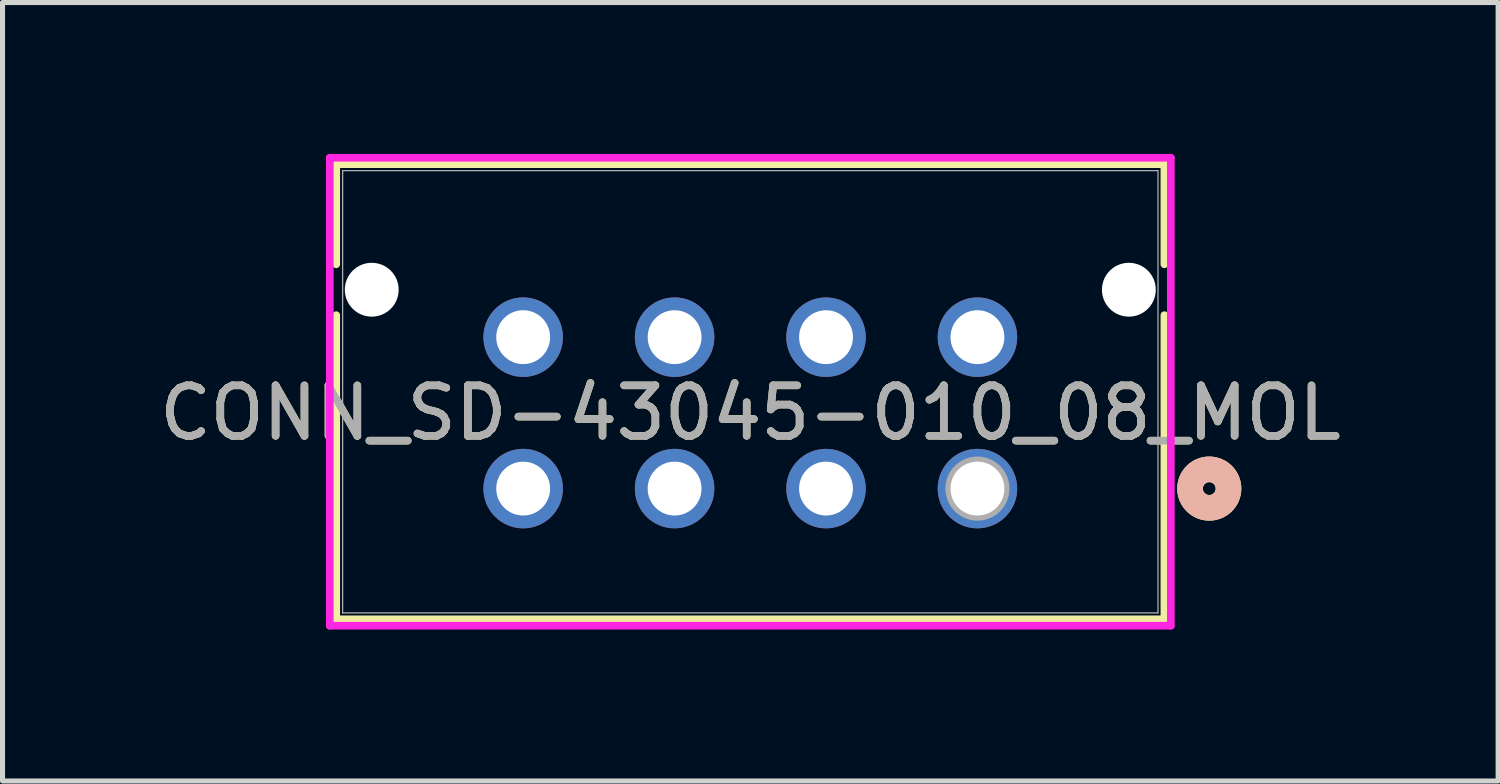
<source format=kicad_pcb>
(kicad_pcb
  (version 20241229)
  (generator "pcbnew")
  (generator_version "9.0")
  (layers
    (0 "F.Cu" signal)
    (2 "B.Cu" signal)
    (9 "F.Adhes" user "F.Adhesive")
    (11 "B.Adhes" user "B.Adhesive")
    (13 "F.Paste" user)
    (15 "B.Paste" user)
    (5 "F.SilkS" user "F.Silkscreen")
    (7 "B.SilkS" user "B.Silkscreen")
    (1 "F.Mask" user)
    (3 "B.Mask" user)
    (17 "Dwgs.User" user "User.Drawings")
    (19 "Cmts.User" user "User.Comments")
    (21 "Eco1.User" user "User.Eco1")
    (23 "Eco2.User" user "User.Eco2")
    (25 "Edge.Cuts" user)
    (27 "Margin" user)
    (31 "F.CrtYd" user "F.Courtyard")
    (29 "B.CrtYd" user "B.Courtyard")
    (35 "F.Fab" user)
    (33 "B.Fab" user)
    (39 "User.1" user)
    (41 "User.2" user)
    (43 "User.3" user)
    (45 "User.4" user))
  (footprint "CONN_SD-43045-010_08_MOL"
    (layer "F.Cu")
    (at 16.315 6.63)
    (property "Reference" "CONN_SD-43045-010_08_MOL" (at -4.5 -1.5 0) (unlocked yes) (layer "F.SilkS") (effects (font (size 1 1) (thickness 0.15))))
    (attr through_hole)
    (fp_line (start -12.704 -6.427) (end -12.704 -4.444) (stroke (width 0.152) (type solid)) (layer "F.SilkS"))
    (fp_line (start -12.704 -3.436) (end -12.704 2.59) (stroke (width 0.152) (type solid)) (layer "F.SilkS"))
    (fp_line (start -12.704 2.59) (end 3.704 2.59) (stroke (width 0.152) (type solid)) (layer "F.SilkS"))
    (fp_line (start 3.704 -6.427) (end -12.704 -6.427) (stroke (width 0.152) (type solid)) (layer "F.SilkS"))
    (fp_line (start 3.704 -4.444) (end 3.704 -6.427) (stroke (width 0.152) (type solid)) (layer "F.SilkS"))
    (fp_line (start 3.704 2.59) (end 3.704 -3.436) (stroke (width 0.152) (type solid)) (layer "F.SilkS"))
    (fp_circle (center 4.593 0) (end 4.974 0) (stroke (width 0.508) (type solid)) (fill no) (layer "F.SilkS"))
    (fp_circle (center 4.593 0) (end 4.974 0) (stroke (width 0.508) (type solid)) (fill no) (layer "B.SilkS"))
    (fp_line (start -12.831 -6.554) (end -12.831 2.717) (stroke (width 0.152) (type solid)) (layer "F.CrtYd"))
    (fp_line (start -12.831 2.717) (end 3.831 2.717) (stroke (width 0.152) (type solid)) (layer "F.CrtYd"))
    (fp_line (start 3.831 -6.554) (end -12.831 -6.554) (stroke (width 0.152) (type solid)) (layer "F.CrtYd"))
    (fp_line (start 3.831 2.717) (end 3.831 -6.554) (stroke (width 0.152) (type solid)) (layer "F.CrtYd"))
    (fp_line (start -12.577 -6.3) (end -12.577 2.463) (stroke (width 0.025) (type solid)) (layer "F.Fab"))
    (fp_line (start -12.577 2.463) (end 3.577 2.463) (stroke (width 0.025) (type solid)) (layer "F.Fab"))
    (fp_line (start 3.577 -6.3) (end -12.577 -6.3) (stroke (width 0.025) (type solid)) (layer "F.Fab"))
    (fp_line (start 3.577 2.463) (end 3.577 -6.3) (stroke (width 0.025) (type solid)) (layer "F.Fab"))
    (fp_circle (center 0 0) (end 0.381 0) (stroke (width 0.508) (type solid)) (fill no) (layer "F.Fab"))
    (fp_text user "${REFERENCE}" (at -4.5 -1.5 0) (unlocked yes) (layer "F.Fab") (effects (font (size 1 1) (thickness 0.15))))
    (pad "" np_thru_hole circle (at -12 -3.94) (size 1.067 1.067) (drill 1.067) (layers "*.Cu" "*.Mask"))
    (pad "" np_thru_hole circle (at 3 -3.94) (size 1.067 1.067) (drill 1.067) (layers "*.Cu" "*.Mask"))
    (pad "1" thru_hole circle (at 0 0) (size 1.575 1.575) (drill 1.067) (layers "*.Cu" "*.Mask"))
    (pad "2" thru_hole circle (at -3 0) (size 1.575 1.575) (drill 1.067) (layers "*.Cu" "*.Mask"))
    (pad "3" thru_hole circle (at -6 0) (size 1.575 1.575) (drill 1.067) (layers "*.Cu" "*.Mask"))
    (pad "4" thru_hole circle (at -9 0) (size 1.575 1.575) (drill 1.067) (layers "*.Cu" "*.Mask"))
    (pad "5" thru_hole circle (at 0 -3) (size 1.575 1.575) (drill 1.067) (layers "*.Cu" "*.Mask"))
    (pad "6" thru_hole circle (at -3 -3) (size 1.575 1.575) (drill 1.067) (layers "*.Cu" "*.Mask"))
    (pad "7" thru_hole circle (at -6 -3) (size 1.575 1.575) (drill 1.067) (layers "*.Cu" "*.Mask"))
    (pad "8" thru_hole circle (at -9 -3) (size 1.575 1.575) (drill 1.067) (layers "*.Cu" "*.Mask")))
  (gr_rect
    (start -3 -3)
    (end 26.631 12.423)
    (stroke (width 0.1) (type default))
    (fill no)
    (layer "Edge.Cuts")))
</source>
